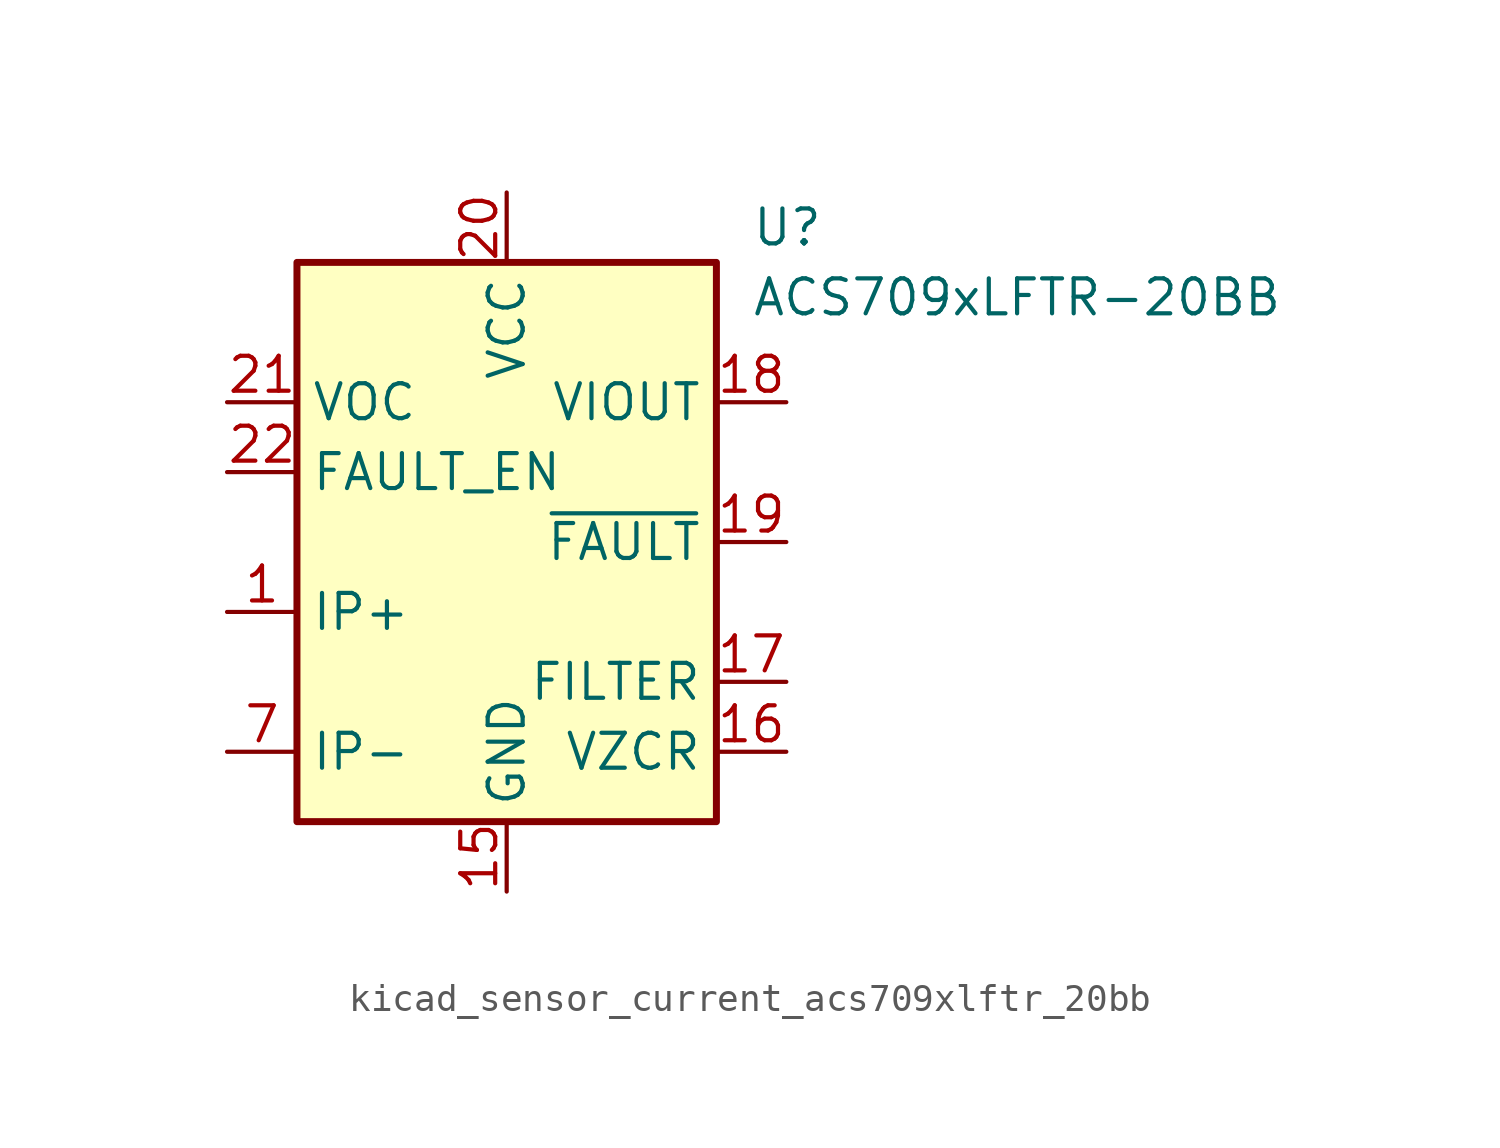
<source format=kicad_sym>
(kicad_symbol_lib
  (version 20220914)
  (generator kicad_symbol_editor)
  (symbol "kicad_sensor_current_acs709xlftr_20bb"
    (property "Reference" "U"
      (at 8.89 11.43 0)
      (effects (font (size 1.27 1.27)) (justify left)))
    (property "Value" "ACS709xLFTR-20BB"
      (at 8.89 8.89 0)
      (effects (font (size 1.27 1.27)) (justify left)))
    (symbol "kicad_sensor_current_acs709xlftr_20bb_0_1"
      (rectangle (start -7.62 10.16) (end 7.62 -10.16) (stroke (width 0.254) (type default)) (fill (type background))))
    (symbol "kicad_sensor_current_acs709xlftr_20bb_1_1"
      (pin passive line (at -10.16 -2.54 0) (length 2.54) (name "IP+" (effects (font (size 1.27 1.27)))) (number "1" (effects (font (size 1.27 1.27)))))
      (pin passive line (at -10.16 -7.62 0) (length 2.54) hide (name "IP-" (effects (font (size 1.27 1.27)))) (number "10" (effects (font (size 1.27 1.27)))))
      (pin passive line (at -10.16 -7.62 0) (length 2.54) hide (name "IP-" (effects (font (size 1.27 1.27)))) (number "11" (effects (font (size 1.27 1.27)))))
      (pin passive line (at -10.16 -7.62 0) (length 2.54) hide (name "IP-" (effects (font (size 1.27 1.27)))) (number "12" (effects (font (size 1.27 1.27)))))
      (pin no_connect line (at -7.62 10.16 0) (length 2.54) hide (name "NC" (effects (font (size 1.27 1.27)))) (number "13" (effects (font (size 1.27 1.27)))))
      (pin no_connect line (at -7.62 7.62 0) (length 2.54) hide (name "NC" (effects (font (size 1.27 1.27)))) (number "14" (effects (font (size 1.27 1.27)))))
      (pin power_in line (at 0 -12.7 90) (length 2.54) (name "GND" (effects (font (size 1.27 1.27)))) (number "15" (effects (font (size 1.27 1.27)))))
      (pin passive line (at 10.16 -7.62 180) (length 2.54) (name "VZCR" (effects (font (size 1.27 1.27)))) (number "16" (effects (font (size 1.27 1.27)))))
      (pin passive line (at 10.16 -5.08 180) (length 2.54) (name "FILTER" (effects (font (size 1.27 1.27)))) (number "17" (effects (font (size 1.27 1.27)))))
      (pin output line (at 10.16 5.08 180) (length 2.54) (name "VIOUT" (effects (font (size 1.27 1.27)))) (number "18" (effects (font (size 1.27 1.27)))))
      (pin output line (at 10.16 0 180) (length 2.54) (name "~{FAULT}" (effects (font (size 1.27 1.27)))) (number "19" (effects (font (size 1.27 1.27)))))
      (pin passive line (at -10.16 -2.54 0) (length 2.54) hide (name "IP+" (effects (font (size 1.27 1.27)))) (number "2" (effects (font (size 1.27 1.27)))))
      (pin power_in line (at 0 12.7 270) (length 2.54) (name "VCC" (effects (font (size 1.27 1.27)))) (number "20" (effects (font (size 1.27 1.27)))))
      (pin input line (at -10.16 5.08 0) (length 2.54) (name "VOC" (effects (font (size 1.27 1.27)))) (number "21" (effects (font (size 1.27 1.27)))))
      (pin input line (at -10.16 2.54 0) (length 2.54) (name "FAULT_EN" (effects (font (size 1.27 1.27)))) (number "22" (effects (font (size 1.27 1.27)))))
      (pin no_connect line (at -7.62 0 0) (length 2.54) hide (name "NC" (effects (font (size 1.27 1.27)))) (number "23" (effects (font (size 1.27 1.27)))))
      (pin no_connect line (at -7.62 -5.08 0) (length 2.54) hide (name "NC" (effects (font (size 1.27 1.27)))) (number "24" (effects (font (size 1.27 1.27)))))
      (pin passive line (at -10.16 -2.54 0) (length 2.54) hide (name "IP+" (effects (font (size 1.27 1.27)))) (number "3" (effects (font (size 1.27 1.27)))))
      (pin passive line (at -10.16 -2.54 0) (length 2.54) hide (name "IP+" (effects (font (size 1.27 1.27)))) (number "4" (effects (font (size 1.27 1.27)))))
      (pin passive line (at -10.16 -2.54 0) (length 2.54) hide (name "IP+" (effects (font (size 1.27 1.27)))) (number "5" (effects (font (size 1.27 1.27)))))
      (pin passive line (at -10.16 -2.54 0) (length 2.54) hide (name "IP+" (effects (font (size 1.27 1.27)))) (number "6" (effects (font (size 1.27 1.27)))))
      (pin passive line (at -10.16 -7.62 0) (length 2.54) (name "IP-" (effects (font (size 1.27 1.27)))) (number "7" (effects (font (size 1.27 1.27)))))
      (pin passive line (at -10.16 -7.62 0) (length 2.54) hide (name "IP-" (effects (font (size 1.27 1.27)))) (number "8" (effects (font (size 1.27 1.27)))))
      (pin passive line (at -10.16 -7.62 0) (length 2.54) hide (name "IP-" (effects (font (size 1.27 1.27)))) (number "9" (effects (font (size 1.27 1.27))))))))
</source>
